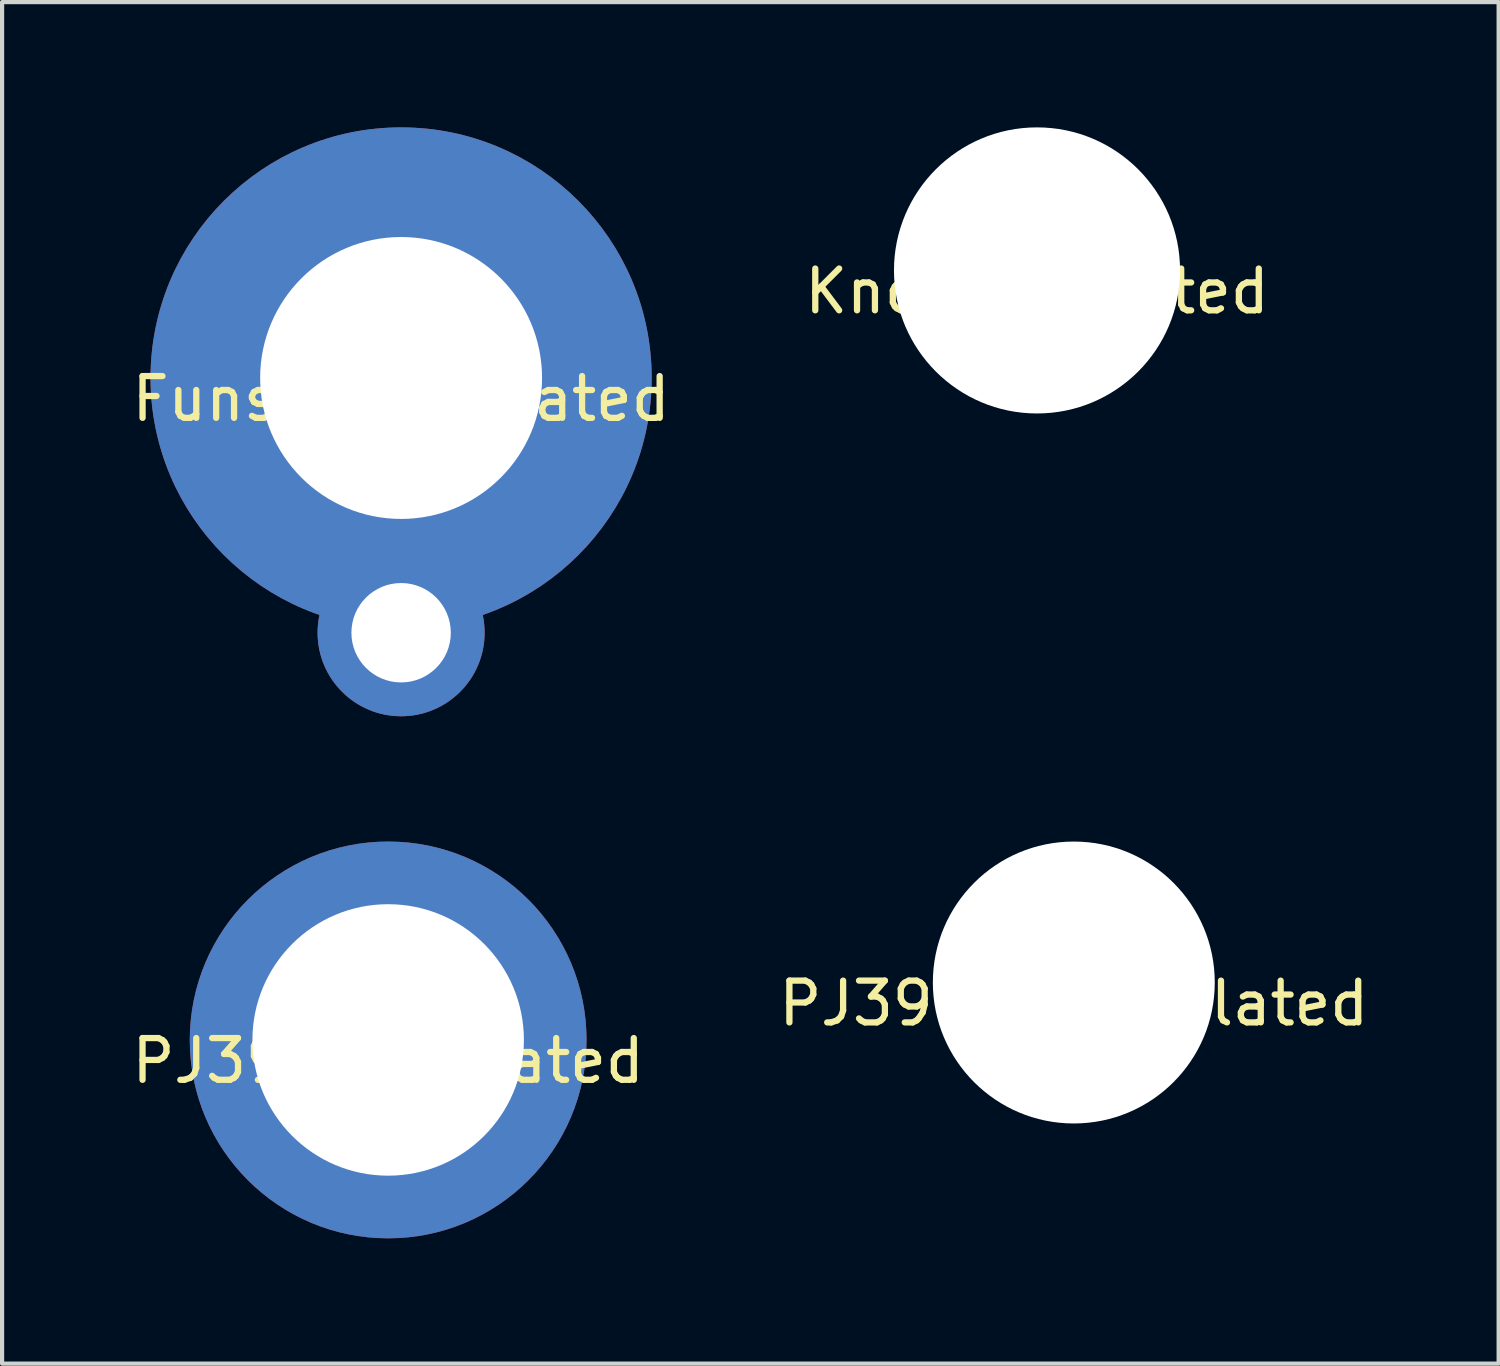
<source format=kicad_pcb>
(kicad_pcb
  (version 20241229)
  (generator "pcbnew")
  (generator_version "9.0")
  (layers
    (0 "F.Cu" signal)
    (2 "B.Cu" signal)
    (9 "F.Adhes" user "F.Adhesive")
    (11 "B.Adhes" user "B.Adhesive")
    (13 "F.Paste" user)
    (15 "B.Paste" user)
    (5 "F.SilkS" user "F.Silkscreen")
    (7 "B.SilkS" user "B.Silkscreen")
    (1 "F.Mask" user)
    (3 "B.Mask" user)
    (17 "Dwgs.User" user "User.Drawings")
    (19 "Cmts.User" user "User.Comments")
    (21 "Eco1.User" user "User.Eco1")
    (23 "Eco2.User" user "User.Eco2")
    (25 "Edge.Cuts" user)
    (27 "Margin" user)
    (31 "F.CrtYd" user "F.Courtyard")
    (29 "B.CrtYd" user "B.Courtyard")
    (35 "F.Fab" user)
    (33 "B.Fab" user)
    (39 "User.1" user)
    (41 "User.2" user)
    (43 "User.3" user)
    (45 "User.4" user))
  (footprint "PJ398SM_Unplated"
    (layer "F.Cu")
    (at 22.661 20.475)
    (property "Reference" "PJ398SM_Unplated" (at 0 0.5 0) (layer "F.SilkS") (effects (font (size 1 1) (thickness 0.15))))
    (attr through_hole)
    (pad "" np_thru_hole circle (at 0 0) (size 6.75 6.75) (drill 6.75) (layers "*.Cu" "*.Mask")))
  (footprint "Knob_Unplated"
    (layer "F.Cu")
    (at 21.78 3.425)
    (property "Reference" "Knob_Unplated" (at 0 0.5 0) (layer "F.SilkS") (effects (font (size 1 1) (thickness 0.15))))
    (attr through_hole)
    (pad "" np_thru_hole circle (at 0 0) (size 6.85 6.85) (drill 6.85) (layers "*.Cu" "*.Mask")))
  (footprint "Funswitch_Plated"
    (layer "F.Cu")
    (at 6.554 6)
    (property "Reference" "Funswitch_Plated" (at 0 0.5 0) (layer "F.SilkS") (effects (font (size 1 1) (thickness 0.15))))
    (attr through_hole)
    (pad "1" thru_hole circle (at 0 0) (size 12 12) (drill 6.75) (layers "*.Cu"))
    (pad "1" thru_hole circle (at 0 6.1) (size 4 4) (drill 2.38) (layers "*.Cu")))
  (footprint "PJ398SM_Plated"
    (layer "F.Cu")
    (at 6.244 21.85)
    (property "Reference" "PJ398SM_Plated" (at 0 0.5 0) (layer "F.SilkS") (effects (font (size 1 1) (thickness 0.15))))
    (attr through_hole)
    (pad "1" thru_hole circle (at 0 0) (size 9.5 9.5) (drill 6.5) (layers "*.Cu")))
  (gr_rect
    (start -3 -3)
    (end 32.833 29.6)
    (stroke (width 0.1) (type default))
    (fill no)
    (layer "Edge.Cuts")))
</source>
